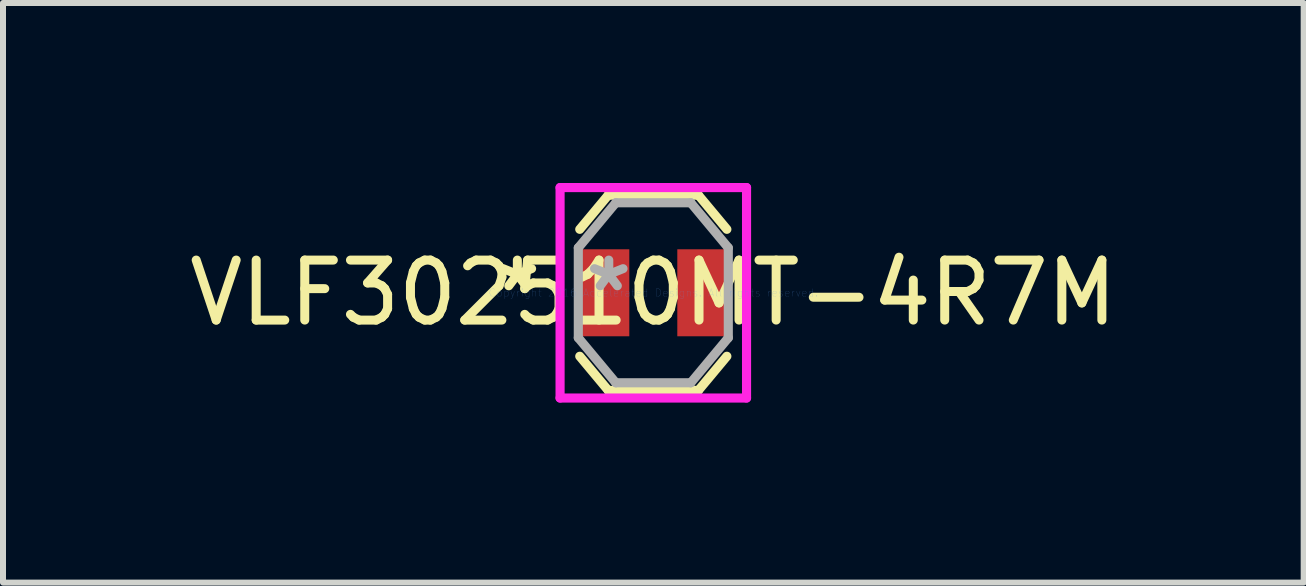
<source format=kicad_pcb>
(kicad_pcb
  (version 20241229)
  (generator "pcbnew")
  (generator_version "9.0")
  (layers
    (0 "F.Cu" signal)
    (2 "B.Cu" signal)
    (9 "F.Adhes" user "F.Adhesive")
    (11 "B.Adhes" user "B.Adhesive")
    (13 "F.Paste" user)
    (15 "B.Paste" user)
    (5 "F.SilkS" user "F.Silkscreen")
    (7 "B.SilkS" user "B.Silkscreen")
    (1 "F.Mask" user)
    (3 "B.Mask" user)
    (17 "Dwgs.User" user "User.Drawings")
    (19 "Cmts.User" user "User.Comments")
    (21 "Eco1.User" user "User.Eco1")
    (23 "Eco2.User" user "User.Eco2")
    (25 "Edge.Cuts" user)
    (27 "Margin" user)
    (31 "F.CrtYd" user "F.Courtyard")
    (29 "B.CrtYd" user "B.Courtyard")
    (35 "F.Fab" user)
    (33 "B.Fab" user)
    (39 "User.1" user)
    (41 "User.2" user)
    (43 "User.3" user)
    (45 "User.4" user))
  (footprint "VLF302510MT-4R7M"
    (layer "F.Cu")
    (at 7.839 1.83)
    (property "Reference" "VLF302510MT-4R7M" (at 0 0 0) (layer "F.SilkS") (effects (font (size 1 1) (thickness 0.15))))
    (attr through_hole)
    (fp_line (start -1.226 1.058) (end -0.752 1.627) (stroke (width 0.152) (type solid)) (layer "F.SilkS"))
    (fp_line (start -0.752 -1.627) (end -1.226 -1.058) (stroke (width 0.152) (type solid)) (layer "F.SilkS"))
    (fp_line (start -0.752 1.627) (end 0.752 1.627) (stroke (width 0.152) (type solid)) (layer "F.SilkS"))
    (fp_line (start 0.752 -1.627) (end -0.752 -1.627) (stroke (width 0.152) (type solid)) (layer "F.SilkS"))
    (fp_line (start 0.752 1.627) (end 1.226 1.058) (stroke (width 0.152) (type solid)) (layer "F.SilkS"))
    (fp_line (start 1.226 -1.058) (end 0.752 -1.627) (stroke (width 0.152) (type solid)) (layer "F.SilkS"))
    (fp_line (start -1.554 -1.754) (end 1.554 -1.754) (stroke (width 0.152) (type solid)) (layer "F.CrtYd"))
    (fp_line (start -1.554 1.754) (end -1.554 -1.754) (stroke (width 0.152) (type solid)) (layer "F.CrtYd"))
    (fp_line (start 1.554 -1.754) (end 1.554 1.754) (stroke (width 0.152) (type solid)) (layer "F.CrtYd"))
    (fp_line (start 1.554 1.754) (end -1.554 1.754) (stroke (width 0.152) (type solid)) (layer "F.CrtYd"))
    (fp_line (start -1.25 -0.75) (end -1.25 0.75) (stroke (width 0.152) (type solid)) (layer "F.Fab"))
    (fp_line (start -1.25 0.75) (end -0.625 1.5) (stroke (width 0.152) (type solid)) (layer "F.Fab"))
    (fp_line (start -0.625 -1.5) (end -1.25 -0.75) (stroke (width 0.152) (type solid)) (layer "F.Fab"))
    (fp_line (start -0.625 1.5) (end 0.625 1.5) (stroke (width 0.152) (type solid)) (layer "F.Fab"))
    (fp_line (start 0.625 -1.5) (end -0.625 -1.5) (stroke (width 0.152) (type solid)) (layer "F.Fab"))
    (fp_line (start 0.625 1.5) (end 1.25 0.75) (stroke (width 0.152) (type solid)) (layer "F.Fab"))
    (fp_line (start 1.25 -0.75) (end 0.625 -1.5) (stroke (width 0.152) (type solid)) (layer "F.Fab"))
    (fp_line (start 1.25 0.75) (end 1.25 -0.75) (stroke (width 0.152) (type solid)) (layer "F.Fab"))
    (fp_text user "*" (at -2.266 0 0) (layer "F.SilkS") (effects (font (size 1 1) (thickness 0.15))))
    (fp_text user "Copyright 2016 Accelerated Designs. All rights reserved." (at 0 0 0) (layer "Cmts.User") (effects (font (size 0.127 0.127) (thickness 0.002))))
    (fp_text user "*" (at -0.742 0 0) (layer "F.Fab") (effects (font (size 1 1) (thickness 0.15))))
    (pad "1" smd rect (at -0.85 0) (size 0.9 1.45) (layers "F.Cu" "F.Mask" "F.Paste"))
    (pad "2" smd rect (at 0.85 0) (size 0.9 1.45) (layers "F.Cu" "F.Mask" "F.Paste")))
  (gr_rect
    (start -3 -3)
    (end 18.679 6.66)
    (stroke (width 0.1) (type default))
    (fill no)
    (layer "Edge.Cuts")))
</source>
